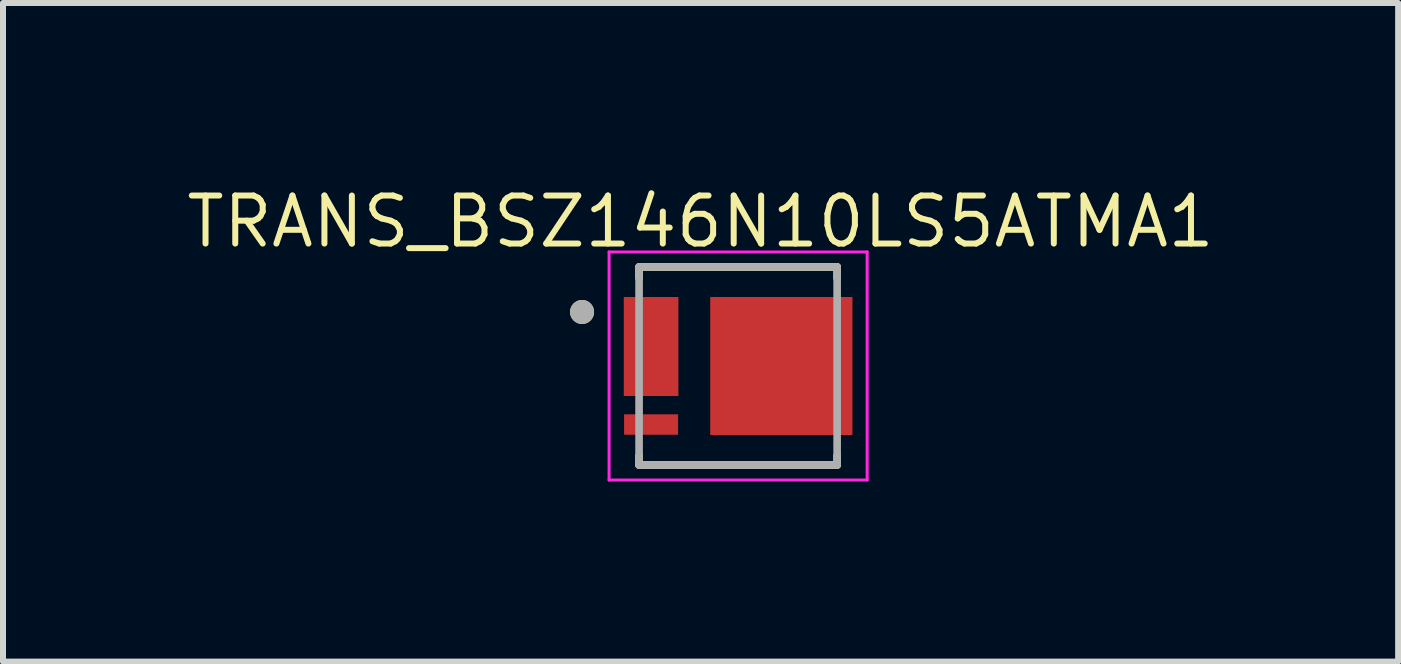
<source format=kicad_pcb>
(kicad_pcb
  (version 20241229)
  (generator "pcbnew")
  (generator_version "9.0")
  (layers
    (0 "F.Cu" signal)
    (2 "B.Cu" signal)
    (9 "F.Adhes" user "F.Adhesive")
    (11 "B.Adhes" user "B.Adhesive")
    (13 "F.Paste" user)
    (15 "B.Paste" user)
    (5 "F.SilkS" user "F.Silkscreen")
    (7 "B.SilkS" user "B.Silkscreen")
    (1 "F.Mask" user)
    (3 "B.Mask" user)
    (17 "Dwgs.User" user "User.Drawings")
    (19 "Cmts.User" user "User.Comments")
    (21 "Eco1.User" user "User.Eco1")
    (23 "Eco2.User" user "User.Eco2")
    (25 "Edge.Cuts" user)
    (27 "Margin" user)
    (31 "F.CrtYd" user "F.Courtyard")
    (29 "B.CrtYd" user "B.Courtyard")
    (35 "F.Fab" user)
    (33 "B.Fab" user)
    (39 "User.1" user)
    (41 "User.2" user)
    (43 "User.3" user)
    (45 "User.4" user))
  (footprint "TRANS_BSZ146N10LS5ATMA1"
    (layer "F.Cu")
    (at 9.248 3.048)
    (property "Reference" "TRANS_BSZ146N10LS5ATMA1" (at -0.626 -2.405 0) (layer "F.SilkS") (effects (font (size 0.8 0.8) (thickness 0.1))))
    (attr smd)
    (fp_poly (pts (xy -1.9 0.805) (xy -1 0.805) (xy -1 1.145) (xy -1.9 1.145)) (stroke (width 0.01) (type solid)) (fill yes) (layer "F.Mask"))
    (fp_poly (pts (xy -1.9 0.495) (xy -1.9 0.155) (xy -1.45 0.155) (xy -1.45 -0.155) (xy -1.9 -0.155) (xy -1.9 -0.495) (xy -1.45 -0.495) (xy -1.45 -0.805) (xy -1.9 -0.805) (xy -1.9 -1.145) (xy -1 -1.145) (xy -1 0.495)) (stroke (width 0.01) (type solid)) (fill yes) (layer "F.Mask"))
    (fp_poly (pts (xy -0.46 1.145) (xy -0.46 -1.145) (xy 1.9 -1.145) (xy 1.9 -0.805) (xy 1.25 -0.805) (xy 1.25 -0.495) (xy 1.9 -0.495) (xy 1.9 -0.155) (xy 1.25 -0.155) (xy 1.25 0.155) (xy 1.9 0.155) (xy 1.9 0.495) (xy 1.25 0.495) (xy 1.25 0.805) (xy 1.9 0.805) (xy 1.9 1.145)) (stroke (width 0.01) (type solid)) (fill yes) (layer "F.Mask"))
    (fp_line (start -1.65 -1.65) (end 1.65 -1.65) (stroke (width 0.127) (type solid)) (layer "F.SilkS"))
    (fp_line (start -1.65 -1.465) (end -1.65 -1.65) (stroke (width 0.127) (type solid)) (layer "F.SilkS"))
    (fp_line (start -1.65 1.65) (end -1.65 1.495) (stroke (width 0.127) (type solid)) (layer "F.SilkS"))
    (fp_line (start 1.65 -1.465) (end 1.65 -1.65) (stroke (width 0.127) (type solid)) (layer "F.SilkS"))
    (fp_line (start 1.65 1.65) (end -1.65 1.65) (stroke (width 0.127) (type solid)) (layer "F.SilkS"))
    (fp_line (start 1.65 1.65) (end 1.65 1.495) (stroke (width 0.127) (type solid)) (layer "F.SilkS"))
    (fp_circle (center -2.6 -0.9) (end -2.5 -0.9) (stroke (width 0.2) (type solid)) (fill no) (layer "F.SilkS"))
    (fp_poly (pts (xy -1.79 -1.095) (xy -1.61 -1.095) (xy -1.607 -1.095) (xy -1.604 -1.095) (xy -1.601 -1.094) (xy -1.598 -1.094) (xy -1.594 -1.093) (xy -1.591 -1.092) (xy -1.588 -1.091) (xy -1.586 -1.09) (xy -1.583 -1.088) (xy -1.58 -1.087) (xy -1.577 -1.085) (xy -1.575 -1.084) (xy -1.572 -1.082) (xy -1.57 -1.08) (xy -1.568 -1.077) (xy -1.565 -1.075) (xy -1.563 -1.073) (xy -1.561 -1.07) (xy -1.56 -1.068) (xy -1.558 -1.065) (xy -1.557 -1.062) (xy -1.555 -1.059) (xy -1.554 -1.057) (xy -1.553 -1.054) (xy -1.552 -1.051) (xy -1.551 -1.047) (xy -1.551 -1.044) (xy -1.55 -1.041) (xy -1.55 -1.038) (xy -1.55 -1.035) (xy -1.55 -0.915) (xy -1.55 -0.912) (xy -1.55 -0.909) (xy -1.551 -0.906) (xy -1.551 -0.903) (xy -1.552 -0.899) (xy -1.553 -0.896) (xy -1.554 -0.893) (xy -1.555 -0.891) (xy -1.557 -0.888) (xy -1.558 -0.885) (xy -1.56 -0.882) (xy -1.561 -0.88) (xy -1.563 -0.877) (xy -1.565 -0.875) (xy -1.568 -0.873) (xy -1.57 -0.87) (xy -1.572 -0.868) (xy -1.575 -0.866) (xy -1.577 -0.865) (xy -1.58 -0.863) (xy -1.583 -0.862) (xy -1.586 -0.86) (xy -1.588 -0.859) (xy -1.591 -0.858) (xy -1.594 -0.857) (xy -1.598 -0.856) (xy -1.601 -0.856) (xy -1.604 -0.855) (xy -1.607 -0.855) (xy -1.61 -0.855) (xy -1.79 -0.855) (xy -1.793 -0.855) (xy -1.796 -0.855) (xy -1.799 -0.856) (xy -1.802 -0.856) (xy -1.806 -0.857) (xy -1.809 -0.858) (xy -1.812 -0.859) (xy -1.814 -0.86) (xy -1.817 -0.862) (xy -1.82 -0.863) (xy -1.823 -0.865) (xy -1.825 -0.866) (xy -1.828 -0.868) (xy -1.83 -0.87) (xy -1.832 -0.873) (xy -1.835 -0.875) (xy -1.837 -0.877) (xy -1.839 -0.88) (xy -1.84 -0.882) (xy -1.842 -0.885) (xy -1.843 -0.888) (xy -1.845 -0.891) (xy -1.846 -0.893) (xy -1.847 -0.896) (xy -1.848 -0.899) (xy -1.849 -0.903) (xy -1.849 -0.906) (xy -1.85 -0.909) (xy -1.85 -0.912) (xy -1.85 -0.915) (xy -1.85 -1.035) (xy -1.85 -1.038) (xy -1.85 -1.041) (xy -1.849 -1.044) (xy -1.849 -1.047) (xy -1.848 -1.051) (xy -1.847 -1.054) (xy -1.846 -1.057) (xy -1.845 -1.059) (xy -1.843 -1.062) (xy -1.842 -1.065) (xy -1.84 -1.068) (xy -1.839 -1.07) (xy -1.837 -1.073) (xy -1.835 -1.075) (xy -1.832 -1.077) (xy -1.83 -1.08) (xy -1.828 -1.082) (xy -1.825 -1.084) (xy -1.823 -1.085) (xy -1.82 -1.087) (xy -1.817 -1.088) (xy -1.814 -1.09) (xy -1.812 -1.091) (xy -1.809 -1.092) (xy -1.806 -1.093) (xy -1.802 -1.094) (xy -1.799 -1.094) (xy -1.796 -1.095) (xy -1.793 -1.095) (xy -1.79 -1.095)) (stroke (width 0.01) (type solid)) (fill yes) (layer "F.Paste"))
    (fp_poly (pts (xy -1.79 -0.445) (xy -1.61 -0.445) (xy -1.607 -0.445) (xy -1.604 -0.445) (xy -1.601 -0.444) (xy -1.598 -0.444) (xy -1.594 -0.443) (xy -1.591 -0.442) (xy -1.588 -0.441) (xy -1.586 -0.44) (xy -1.583 -0.438) (xy -1.58 -0.437) (xy -1.577 -0.435) (xy -1.575 -0.434) (xy -1.572 -0.432) (xy -1.57 -0.43) (xy -1.568 -0.427) (xy -1.565 -0.425) (xy -1.563 -0.423) (xy -1.561 -0.42) (xy -1.56 -0.418) (xy -1.558 -0.415) (xy -1.557 -0.412) (xy -1.555 -0.409) (xy -1.554 -0.407) (xy -1.553 -0.404) (xy -1.552 -0.401) (xy -1.551 -0.397) (xy -1.551 -0.394) (xy -1.55 -0.391) (xy -1.55 -0.388) (xy -1.55 -0.385) (xy -1.55 -0.265) (xy -1.55 -0.262) (xy -1.55 -0.259) (xy -1.551 -0.256) (xy -1.551 -0.253) (xy -1.552 -0.249) (xy -1.553 -0.246) (xy -1.554 -0.243) (xy -1.555 -0.241) (xy -1.557 -0.238) (xy -1.558 -0.235) (xy -1.56 -0.232) (xy -1.561 -0.23) (xy -1.563 -0.227) (xy -1.565 -0.225) (xy -1.568 -0.223) (xy -1.57 -0.22) (xy -1.572 -0.218) (xy -1.575 -0.216) (xy -1.577 -0.215) (xy -1.58 -0.213) (xy -1.583 -0.212) (xy -1.586 -0.21) (xy -1.588 -0.209) (xy -1.591 -0.208) (xy -1.594 -0.207) (xy -1.598 -0.206) (xy -1.601 -0.206) (xy -1.604 -0.205) (xy -1.607 -0.205) (xy -1.61 -0.205) (xy -1.79 -0.205) (xy -1.793 -0.205) (xy -1.796 -0.205) (xy -1.799 -0.206) (xy -1.802 -0.206) (xy -1.806 -0.207) (xy -1.809 -0.208) (xy -1.812 -0.209) (xy -1.814 -0.21) (xy -1.817 -0.212) (xy -1.82 -0.213) (xy -1.823 -0.215) (xy -1.825 -0.216) (xy -1.828 -0.218) (xy -1.83 -0.22) (xy -1.832 -0.223) (xy -1.835 -0.225) (xy -1.837 -0.227) (xy -1.839 -0.23) (xy -1.84 -0.232) (xy -1.842 -0.235) (xy -1.843 -0.238) (xy -1.845 -0.241) (xy -1.846 -0.243) (xy -1.847 -0.246) (xy -1.848 -0.249) (xy -1.849 -0.253) (xy -1.849 -0.256) (xy -1.85 -0.259) (xy -1.85 -0.262) (xy -1.85 -0.265) (xy -1.85 -0.385) (xy -1.85 -0.388) (xy -1.85 -0.391) (xy -1.849 -0.394) (xy -1.849 -0.397) (xy -1.848 -0.401) (xy -1.847 -0.404) (xy -1.846 -0.407) (xy -1.845 -0.409) (xy -1.843 -0.412) (xy -1.842 -0.415) (xy -1.84 -0.418) (xy -1.839 -0.42) (xy -1.837 -0.423) (xy -1.835 -0.425) (xy -1.832 -0.427) (xy -1.83 -0.43) (xy -1.828 -0.432) (xy -1.825 -0.434) (xy -1.823 -0.435) (xy -1.82 -0.437) (xy -1.817 -0.438) (xy -1.814 -0.44) (xy -1.812 -0.441) (xy -1.809 -0.442) (xy -1.806 -0.443) (xy -1.802 -0.444) (xy -1.799 -0.444) (xy -1.796 -0.445) (xy -1.793 -0.445) (xy -1.79 -0.445)) (stroke (width 0.01) (type solid)) (fill yes) (layer "F.Paste"))
    (fp_poly (pts (xy -1.79 0.205) (xy -1.61 0.205) (xy -1.607 0.205) (xy -1.604 0.205) (xy -1.601 0.206) (xy -1.598 0.206) (xy -1.594 0.207) (xy -1.591 0.208) (xy -1.588 0.209) (xy -1.586 0.21) (xy -1.583 0.212) (xy -1.58 0.213) (xy -1.577 0.215) (xy -1.575 0.216) (xy -1.572 0.218) (xy -1.57 0.22) (xy -1.568 0.223) (xy -1.565 0.225) (xy -1.563 0.227) (xy -1.561 0.23) (xy -1.56 0.232) (xy -1.558 0.235) (xy -1.557 0.238) (xy -1.555 0.241) (xy -1.554 0.243) (xy -1.553 0.246) (xy -1.552 0.249) (xy -1.551 0.253) (xy -1.551 0.256) (xy -1.55 0.259) (xy -1.55 0.262) (xy -1.55 0.265) (xy -1.55 0.385) (xy -1.55 0.388) (xy -1.55 0.391) (xy -1.551 0.394) (xy -1.551 0.397) (xy -1.552 0.401) (xy -1.553 0.404) (xy -1.554 0.407) (xy -1.555 0.409) (xy -1.557 0.412) (xy -1.558 0.415) (xy -1.56 0.418) (xy -1.561 0.42) (xy -1.563 0.423) (xy -1.565 0.425) (xy -1.568 0.427) (xy -1.57 0.43) (xy -1.572 0.432) (xy -1.575 0.434) (xy -1.577 0.435) (xy -1.58 0.437) (xy -1.583 0.438) (xy -1.586 0.44) (xy -1.588 0.441) (xy -1.591 0.442) (xy -1.594 0.443) (xy -1.598 0.444) (xy -1.601 0.444) (xy -1.604 0.445) (xy -1.607 0.445) (xy -1.61 0.445) (xy -1.79 0.445) (xy -1.793 0.445) (xy -1.796 0.445) (xy -1.799 0.444) (xy -1.802 0.444) (xy -1.806 0.443) (xy -1.809 0.442) (xy -1.812 0.441) (xy -1.814 0.44) (xy -1.817 0.438) (xy -1.82 0.437) (xy -1.823 0.435) (xy -1.825 0.434) (xy -1.828 0.432) (xy -1.83 0.43) (xy -1.832 0.427) (xy -1.835 0.425) (xy -1.837 0.423) (xy -1.839 0.42) (xy -1.84 0.418) (xy -1.842 0.415) (xy -1.843 0.412) (xy -1.845 0.409) (xy -1.846 0.407) (xy -1.847 0.404) (xy -1.848 0.401) (xy -1.849 0.397) (xy -1.849 0.394) (xy -1.85 0.391) (xy -1.85 0.388) (xy -1.85 0.385) (xy -1.85 0.265) (xy -1.85 0.262) (xy -1.85 0.259) (xy -1.849 0.256) (xy -1.849 0.253) (xy -1.848 0.249) (xy -1.847 0.246) (xy -1.846 0.243) (xy -1.845 0.241) (xy -1.843 0.238) (xy -1.842 0.235) (xy -1.84 0.232) (xy -1.839 0.23) (xy -1.837 0.227) (xy -1.835 0.225) (xy -1.832 0.223) (xy -1.83 0.22) (xy -1.828 0.218) (xy -1.825 0.216) (xy -1.823 0.215) (xy -1.82 0.213) (xy -1.817 0.212) (xy -1.814 0.21) (xy -1.812 0.209) (xy -1.809 0.208) (xy -1.806 0.207) (xy -1.802 0.206) (xy -1.799 0.206) (xy -1.796 0.205) (xy -1.793 0.205) (xy -1.79 0.205)) (stroke (width 0.01) (type solid)) (fill yes) (layer "F.Paste"))
    (fp_poly (pts (xy -1.79 0.855) (xy -1.21 0.855) (xy -1.207 0.855) (xy -1.204 0.855) (xy -1.201 0.856) (xy -1.198 0.856) (xy -1.194 0.857) (xy -1.191 0.858) (xy -1.188 0.859) (xy -1.186 0.86) (xy -1.183 0.862) (xy -1.18 0.863) (xy -1.177 0.865) (xy -1.175 0.866) (xy -1.172 0.868) (xy -1.17 0.87) (xy -1.168 0.873) (xy -1.165 0.875) (xy -1.163 0.877) (xy -1.161 0.88) (xy -1.16 0.882) (xy -1.158 0.885) (xy -1.157 0.888) (xy -1.155 0.891) (xy -1.154 0.893) (xy -1.153 0.896) (xy -1.152 0.899) (xy -1.151 0.903) (xy -1.151 0.906) (xy -1.15 0.909) (xy -1.15 0.912) (xy -1.15 0.915) (xy -1.15 1.035) (xy -1.15 1.038) (xy -1.15 1.041) (xy -1.151 1.044) (xy -1.151 1.047) (xy -1.152 1.051) (xy -1.153 1.054) (xy -1.154 1.057) (xy -1.155 1.059) (xy -1.157 1.062) (xy -1.158 1.065) (xy -1.16 1.068) (xy -1.161 1.07) (xy -1.163 1.073) (xy -1.165 1.075) (xy -1.168 1.077) (xy -1.17 1.08) (xy -1.172 1.082) (xy -1.175 1.084) (xy -1.177 1.085) (xy -1.18 1.087) (xy -1.183 1.088) (xy -1.186 1.09) (xy -1.188 1.091) (xy -1.191 1.092) (xy -1.194 1.093) (xy -1.198 1.094) (xy -1.201 1.094) (xy -1.204 1.095) (xy -1.207 1.095) (xy -1.21 1.095) (xy -1.79 1.095) (xy -1.793 1.095) (xy -1.796 1.095) (xy -1.799 1.094) (xy -1.802 1.094) (xy -1.806 1.093) (xy -1.809 1.092) (xy -1.812 1.091) (xy -1.814 1.09) (xy -1.817 1.088) (xy -1.82 1.087) (xy -1.823 1.085) (xy -1.825 1.084) (xy -1.828 1.082) (xy -1.83 1.08) (xy -1.832 1.077) (xy -1.835 1.075) (xy -1.837 1.073) (xy -1.839 1.07) (xy -1.84 1.068) (xy -1.842 1.065) (xy -1.843 1.062) (xy -1.845 1.059) (xy -1.846 1.057) (xy -1.847 1.054) (xy -1.848 1.051) (xy -1.849 1.047) (xy -1.849 1.044) (xy -1.85 1.041) (xy -1.85 1.038) (xy -1.85 1.035) (xy -1.85 0.915) (xy -1.85 0.912) (xy -1.85 0.909) (xy -1.849 0.906) (xy -1.849 0.903) (xy -1.848 0.899) (xy -1.847 0.896) (xy -1.846 0.893) (xy -1.845 0.891) (xy -1.843 0.888) (xy -1.842 0.885) (xy -1.84 0.882) (xy -1.839 0.88) (xy -1.837 0.877) (xy -1.835 0.875) (xy -1.832 0.873) (xy -1.83 0.87) (xy -1.828 0.868) (xy -1.825 0.866) (xy -1.823 0.865) (xy -1.82 0.863) (xy -1.817 0.862) (xy -1.814 0.86) (xy -1.812 0.859) (xy -1.809 0.858) (xy -1.806 0.857) (xy -1.802 0.856) (xy -1.799 0.856) (xy -1.796 0.855) (xy -1.793 0.855) (xy -1.79 0.855)) (stroke (width 0.01) (type solid)) (fill yes) (layer "F.Paste"))
    (fp_poly (pts (xy -1.335 -1.095) (xy -1.105 -1.095) (xy -1.102 -1.095) (xy -1.099 -1.094) (xy -1.097 -1.094) (xy -1.094 -1.093) (xy -1.091 -1.093) (xy -1.088 -1.092) (xy -1.085 -1.09) (xy -1.082 -1.089) (xy -1.08 -1.088) (xy -1.077 -1.086) (xy -1.074 -1.085) (xy -1.072 -1.083) (xy -1.07 -1.081) (xy -1.068 -1.079) (xy -1.065 -1.077) (xy -1.063 -1.074) (xy -1.062 -1.072) (xy -1.06 -1.07) (xy -1.058 -1.067) (xy -1.057 -1.065) (xy -1.055 -1.062) (xy -1.054 -1.059) (xy -1.053 -1.056) (xy -1.052 -1.053) (xy -1.051 -1.05) (xy -1.051 -1.047) (xy -1.05 -1.045) (xy -1.05 -1.042) (xy -1.05 -1.039) (xy -1.05 -1.035) (xy -1.05 -0.485) (xy -1.05 -0.481) (xy -1.05 -0.478) (xy -1.05 -0.475) (xy -1.051 -0.473) (xy -1.051 -0.47) (xy -1.052 -0.467) (xy -1.053 -0.464) (xy -1.054 -0.461) (xy -1.055 -0.458) (xy -1.057 -0.455) (xy -1.058 -0.453) (xy -1.06 -0.45) (xy -1.062 -0.448) (xy -1.063 -0.446) (xy -1.065 -0.443) (xy -1.068 -0.441) (xy -1.07 -0.439) (xy -1.072 -0.437) (xy -1.074 -0.435) (xy -1.077 -0.434) (xy -1.08 -0.432) (xy -1.082 -0.431) (xy -1.085 -0.43) (xy -1.088 -0.428) (xy -1.091 -0.427) (xy -1.094 -0.427) (xy -1.097 -0.426) (xy -1.099 -0.426) (xy -1.102 -0.425) (xy -1.105 -0.425) (xy -1.335 -0.425) (xy -1.339 -0.425) (xy -1.342 -0.425) (xy -1.345 -0.425) (xy -1.348 -0.426) (xy -1.352 -0.427) (xy -1.355 -0.427) (xy -1.358 -0.428) (xy -1.361 -0.43) (xy -1.364 -0.431) (xy -1.367 -0.432) (xy -1.37 -0.434) (xy -1.372 -0.436) (xy -1.375 -0.438) (xy -1.378 -0.44) (xy -1.38 -0.442) (xy -1.382 -0.444) (xy -1.385 -0.446) (xy -1.387 -0.449) (xy -1.389 -0.452) (xy -1.391 -0.454) (xy -1.392 -0.457) (xy -1.394 -0.46) (xy -1.395 -0.463) (xy -1.396 -0.466) (xy -1.397 -0.469) (xy -1.398 -0.472) (xy -1.399 -0.476) (xy -1.399 -0.479) (xy -1.4 -0.482) (xy -1.4 -0.485) (xy -1.4 -1.035) (xy -1.4 -1.038) (xy -1.399 -1.041) (xy -1.399 -1.044) (xy -1.398 -1.048) (xy -1.397 -1.051) (xy -1.396 -1.054) (xy -1.395 -1.057) (xy -1.394 -1.06) (xy -1.392 -1.063) (xy -1.391 -1.066) (xy -1.389 -1.068) (xy -1.387 -1.071) (xy -1.385 -1.074) (xy -1.382 -1.076) (xy -1.38 -1.078) (xy -1.378 -1.08) (xy -1.375 -1.082) (xy -1.372 -1.084) (xy -1.37 -1.086) (xy -1.367 -1.088) (xy -1.364 -1.089) (xy -1.361 -1.09) (xy -1.358 -1.092) (xy -1.355 -1.093) (xy -1.352 -1.093) (xy -1.348 -1.094) (xy -1.345 -1.095) (xy -1.342 -1.095) (xy -1.339 -1.095) (xy -1.335 -1.095)) (stroke (width 0.01) (type solid)) (fill yes) (layer "F.Paste"))
    (fp_poly (pts (xy -1.335 -0.225) (xy -1.105 -0.225) (xy -1.102 -0.225) (xy -1.099 -0.224) (xy -1.097 -0.224) (xy -1.094 -0.223) (xy -1.091 -0.223) (xy -1.088 -0.222) (xy -1.085 -0.22) (xy -1.082 -0.219) (xy -1.08 -0.218) (xy -1.077 -0.216) (xy -1.074 -0.215) (xy -1.072 -0.213) (xy -1.07 -0.211) (xy -1.068 -0.209) (xy -1.065 -0.207) (xy -1.063 -0.204) (xy -1.062 -0.202) (xy -1.06 -0.2) (xy -1.058 -0.197) (xy -1.057 -0.195) (xy -1.055 -0.192) (xy -1.054 -0.189) (xy -1.053 -0.186) (xy -1.052 -0.183) (xy -1.051 -0.18) (xy -1.051 -0.177) (xy -1.05 -0.175) (xy -1.05 -0.172) (xy -1.05 -0.169) (xy -1.05 -0.165) (xy -1.05 0.385) (xy -1.05 0.389) (xy -1.05 0.392) (xy -1.05 0.395) (xy -1.051 0.397) (xy -1.051 0.4) (xy -1.052 0.403) (xy -1.053 0.406) (xy -1.054 0.409) (xy -1.055 0.412) (xy -1.057 0.415) (xy -1.058 0.417) (xy -1.06 0.42) (xy -1.062 0.422) (xy -1.063 0.424) (xy -1.065 0.427) (xy -1.068 0.429) (xy -1.07 0.431) (xy -1.072 0.433) (xy -1.074 0.435) (xy -1.077 0.436) (xy -1.08 0.438) (xy -1.082 0.439) (xy -1.085 0.44) (xy -1.088 0.442) (xy -1.091 0.443) (xy -1.094 0.443) (xy -1.097 0.444) (xy -1.099 0.444) (xy -1.102 0.445) (xy -1.105 0.445) (xy -1.335 0.445) (xy -1.339 0.445) (xy -1.342 0.445) (xy -1.345 0.445) (xy -1.348 0.444) (xy -1.352 0.443) (xy -1.355 0.443) (xy -1.358 0.442) (xy -1.361 0.44) (xy -1.364 0.439) (xy -1.367 0.438) (xy -1.37 0.436) (xy -1.372 0.434) (xy -1.375 0.432) (xy -1.378 0.43) (xy -1.38 0.428) (xy -1.382 0.426) (xy -1.385 0.424) (xy -1.387 0.421) (xy -1.389 0.418) (xy -1.391 0.416) (xy -1.392 0.413) (xy -1.394 0.41) (xy -1.395 0.407) (xy -1.396 0.404) (xy -1.397 0.401) (xy -1.398 0.398) (xy -1.399 0.394) (xy -1.399 0.391) (xy -1.4 0.388) (xy -1.4 0.385) (xy -1.4 -0.165) (xy -1.4 -0.168) (xy -1.399 -0.171) (xy -1.399 -0.174) (xy -1.398 -0.178) (xy -1.397 -0.181) (xy -1.396 -0.184) (xy -1.395 -0.187) (xy -1.394 -0.19) (xy -1.392 -0.193) (xy -1.391 -0.196) (xy -1.389 -0.198) (xy -1.387 -0.201) (xy -1.385 -0.204) (xy -1.382 -0.206) (xy -1.38 -0.208) (xy -1.378 -0.21) (xy -1.375 -0.212) (xy -1.372 -0.214) (xy -1.37 -0.216) (xy -1.367 -0.218) (xy -1.364 -0.219) (xy -1.361 -0.22) (xy -1.358 -0.222) (xy -1.355 -0.223) (xy -1.352 -0.223) (xy -1.348 -0.224) (xy -1.345 -0.225) (xy -1.342 -0.225) (xy -1.339 -0.225) (xy -1.335 -0.225)) (stroke (width 0.01) (type solid)) (fill yes) (layer "F.Paste"))
    (fp_poly (pts (xy -0.29 -1.095) (xy 0.99 -1.095) (xy 0.993 -1.095) (xy 0.996 -1.095) (xy 0.999 -1.094) (xy 1.002 -1.094) (xy 1.006 -1.093) (xy 1.009 -1.092) (xy 1.012 -1.091) (xy 1.014 -1.09) (xy 1.017 -1.088) (xy 1.02 -1.087) (xy 1.023 -1.085) (xy 1.025 -1.084) (xy 1.028 -1.082) (xy 1.03 -1.08) (xy 1.032 -1.077) (xy 1.035 -1.075) (xy 1.037 -1.073) (xy 1.039 -1.07) (xy 1.04 -1.068) (xy 1.042 -1.065) (xy 1.043 -1.062) (xy 1.045 -1.059) (xy 1.046 -1.057) (xy 1.047 -1.054) (xy 1.048 -1.051) (xy 1.049 -1.047) (xy 1.049 -1.044) (xy 1.05 -1.041) (xy 1.05 -1.038) (xy 1.05 -1.035) (xy 1.05 -0.915) (xy 1.05 -0.912) (xy 1.05 -0.909) (xy 1.049 -0.906) (xy 1.049 -0.903) (xy 1.048 -0.899) (xy 1.047 -0.896) (xy 1.046 -0.893) (xy 1.045 -0.891) (xy 1.043 -0.888) (xy 1.042 -0.885) (xy 1.04 -0.882) (xy 1.039 -0.88) (xy 1.037 -0.877) (xy 1.035 -0.875) (xy 1.032 -0.873) (xy 1.03 -0.87) (xy 1.028 -0.868) (xy 1.025 -0.866) (xy 1.023 -0.865) (xy 1.02 -0.863) (xy 1.017 -0.862) (xy 1.014 -0.86) (xy 1.012 -0.859) (xy 1.009 -0.858) (xy 1.006 -0.857) (xy 1.002 -0.856) (xy 0.999 -0.856) (xy 0.996 -0.855) (xy 0.993 -0.855) (xy 0.99 -0.855) (xy -0.29 -0.855) (xy -0.293 -0.855) (xy -0.296 -0.855) (xy -0.299 -0.856) (xy -0.302 -0.856) (xy -0.306 -0.857) (xy -0.309 -0.858) (xy -0.312 -0.859) (xy -0.314 -0.86) (xy -0.317 -0.862) (xy -0.32 -0.863) (xy -0.323 -0.865) (xy -0.325 -0.866) (xy -0.328 -0.868) (xy -0.33 -0.87) (xy -0.332 -0.873) (xy -0.335 -0.875) (xy -0.337 -0.877) (xy -0.339 -0.88) (xy -0.34 -0.882) (xy -0.342 -0.885) (xy -0.343 -0.888) (xy -0.345 -0.891) (xy -0.346 -0.893) (xy -0.347 -0.896) (xy -0.348 -0.899) (xy -0.349 -0.903) (xy -0.349 -0.906) (xy -0.35 -0.909) (xy -0.35 -0.912) (xy -0.35 -0.915) (xy -0.35 -1.035) (xy -0.35 -1.038) (xy -0.35 -1.041) (xy -0.349 -1.044) (xy -0.349 -1.047) (xy -0.348 -1.051) (xy -0.347 -1.054) (xy -0.346 -1.057) (xy -0.345 -1.059) (xy -0.343 -1.062) (xy -0.342 -1.065) (xy -0.34 -1.068) (xy -0.339 -1.07) (xy -0.337 -1.073) (xy -0.335 -1.075) (xy -0.332 -1.077) (xy -0.33 -1.08) (xy -0.328 -1.082) (xy -0.325 -1.084) (xy -0.323 -1.085) (xy -0.32 -1.087) (xy -0.317 -1.088) (xy -0.314 -1.09) (xy -0.312 -1.091) (xy -0.309 -1.092) (xy -0.306 -1.093) (xy -0.302 -1.094) (xy -0.299 -1.094) (xy -0.296 -1.095) (xy -0.293 -1.095) (xy -0.29 -1.095)) (stroke (width 0.01) (type solid)) (fill yes) (layer "F.Paste"))
    (fp_poly (pts (xy -0.29 -0.545) (xy 0.99 -0.545) (xy 0.993 -0.545) (xy 0.996 -0.545) (xy 0.999 -0.544) (xy 1.002 -0.544) (xy 1.006 -0.543) (xy 1.009 -0.542) (xy 1.012 -0.541) (xy 1.014 -0.54) (xy 1.017 -0.538) (xy 1.02 -0.537) (xy 1.023 -0.535) (xy 1.025 -0.534) (xy 1.028 -0.532) (xy 1.03 -0.53) (xy 1.032 -0.527) (xy 1.035 -0.525) (xy 1.037 -0.523) (xy 1.039 -0.52) (xy 1.04 -0.518) (xy 1.042 -0.515) (xy 1.043 -0.512) (xy 1.045 -0.509) (xy 1.046 -0.507) (xy 1.047 -0.504) (xy 1.048 -0.501) (xy 1.049 -0.497) (xy 1.049 -0.494) (xy 1.05 -0.491) (xy 1.05 -0.488) (xy 1.05 -0.485) (xy 1.05 0.485) (xy 1.05 0.488) (xy 1.05 0.491) (xy 1.049 0.494) (xy 1.049 0.497) (xy 1.048 0.501) (xy 1.047 0.504) (xy 1.046 0.507) (xy 1.045 0.509) (xy 1.043 0.512) (xy 1.042 0.515) (xy 1.04 0.518) (xy 1.039 0.52) (xy 1.037 0.523) (xy 1.035 0.525) (xy 1.032 0.527) (xy 1.03 0.53) (xy 1.028 0.532) (xy 1.025 0.534) (xy 1.023 0.535) (xy 1.02 0.537) (xy 1.017 0.538) (xy 1.014 0.54) (xy 1.012 0.541) (xy 1.009 0.542) (xy 1.006 0.543) (xy 1.002 0.544) (xy 0.999 0.544) (xy 0.996 0.545) (xy 0.993 0.545) (xy 0.99 0.545) (xy -0.29 0.545) (xy -0.293 0.545) (xy -0.296 0.545) (xy -0.299 0.544) (xy -0.302 0.544) (xy -0.306 0.543) (xy -0.309 0.542) (xy -0.312 0.541) (xy -0.314 0.54) (xy -0.317 0.538) (xy -0.32 0.537) (xy -0.323 0.535) (xy -0.325 0.534) (xy -0.328 0.532) (xy -0.33 0.53) (xy -0.332 0.527) (xy -0.335 0.525) (xy -0.337 0.523) (xy -0.339 0.52) (xy -0.34 0.518) (xy -0.342 0.515) (xy -0.343 0.512) (xy -0.345 0.509) (xy -0.346 0.507) (xy -0.347 0.504) (xy -0.348 0.501) (xy -0.349 0.497) (xy -0.349 0.494) (xy -0.35 0.491) (xy -0.35 0.488) (xy -0.35 0.485) (xy -0.35 -0.485) (xy -0.35 -0.488) (xy -0.35 -0.491) (xy -0.349 -0.494) (xy -0.349 -0.497) (xy -0.348 -0.501) (xy -0.347 -0.504) (xy -0.346 -0.507) (xy -0.345 -0.509) (xy -0.343 -0.512) (xy -0.342 -0.515) (xy -0.34 -0.518) (xy -0.339 -0.52) (xy -0.337 -0.523) (xy -0.335 -0.525) (xy -0.332 -0.527) (xy -0.33 -0.53) (xy -0.328 -0.532) (xy -0.325 -0.534) (xy -0.323 -0.535) (xy -0.32 -0.537) (xy -0.317 -0.538) (xy -0.314 -0.54) (xy -0.312 -0.541) (xy -0.309 -0.542) (xy -0.306 -0.543) (xy -0.302 -0.544) (xy -0.299 -0.544) (xy -0.296 -0.545) (xy -0.293 -0.545) (xy -0.29 -0.545)) (stroke (width 0.01) (type solid)) (fill yes) (layer "F.Paste"))
    (fp_poly (pts (xy -0.29 0.855) (xy 0.99 0.855) (xy 0.993 0.855) (xy 0.996 0.855) (xy 0.999 0.856) (xy 1.002 0.856) (xy 1.006 0.857) (xy 1.009 0.858) (xy 1.012 0.859) (xy 1.014 0.86) (xy 1.017 0.862) (xy 1.02 0.863) (xy 1.023 0.865) (xy 1.025 0.866) (xy 1.028 0.868) (xy 1.03 0.87) (xy 1.032 0.873) (xy 1.035 0.875) (xy 1.037 0.877) (xy 1.039 0.88) (xy 1.04 0.882) (xy 1.042 0.885) (xy 1.043 0.888) (xy 1.045 0.891) (xy 1.046 0.893) (xy 1.047 0.896) (xy 1.048 0.899) (xy 1.049 0.903) (xy 1.049 0.906) (xy 1.05 0.909) (xy 1.05 0.912) (xy 1.05 0.915) (xy 1.05 1.035) (xy 1.05 1.038) (xy 1.05 1.041) (xy 1.049 1.044) (xy 1.049 1.047) (xy 1.048 1.051) (xy 1.047 1.054) (xy 1.046 1.057) (xy 1.045 1.059) (xy 1.043 1.062) (xy 1.042 1.065) (xy 1.04 1.068) (xy 1.039 1.07) (xy 1.037 1.073) (xy 1.035 1.075) (xy 1.032 1.077) (xy 1.03 1.08) (xy 1.028 1.082) (xy 1.025 1.084) (xy 1.023 1.085) (xy 1.02 1.087) (xy 1.017 1.088) (xy 1.014 1.09) (xy 1.012 1.091) (xy 1.009 1.092) (xy 1.006 1.093) (xy 1.002 1.094) (xy 0.999 1.094) (xy 0.996 1.095) (xy 0.993 1.095) (xy 0.99 1.095) (xy -0.29 1.095) (xy -0.293 1.095) (xy -0.296 1.095) (xy -0.299 1.094) (xy -0.302 1.094) (xy -0.306 1.093) (xy -0.309 1.092) (xy -0.312 1.091) (xy -0.314 1.09) (xy -0.317 1.088) (xy -0.32 1.087) (xy -0.323 1.085) (xy -0.325 1.084) (xy -0.328 1.082) (xy -0.33 1.08) (xy -0.332 1.077) (xy -0.335 1.075) (xy -0.337 1.073) (xy -0.339 1.07) (xy -0.34 1.068) (xy -0.342 1.065) (xy -0.343 1.062) (xy -0.345 1.059) (xy -0.346 1.057) (xy -0.347 1.054) (xy -0.348 1.051) (xy -0.349 1.047) (xy -0.349 1.044) (xy -0.35 1.041) (xy -0.35 1.038) (xy -0.35 1.035) (xy -0.35 0.915) (xy -0.35 0.912) (xy -0.35 0.909) (xy -0.349 0.906) (xy -0.349 0.903) (xy -0.348 0.899) (xy -0.347 0.896) (xy -0.346 0.893) (xy -0.345 0.891) (xy -0.343 0.888) (xy -0.342 0.885) (xy -0.34 0.882) (xy -0.339 0.88) (xy -0.337 0.877) (xy -0.335 0.875) (xy -0.332 0.873) (xy -0.33 0.87) (xy -0.328 0.868) (xy -0.325 0.866) (xy -0.323 0.865) (xy -0.32 0.863) (xy -0.317 0.862) (xy -0.314 0.86) (xy -0.312 0.859) (xy -0.309 0.858) (xy -0.306 0.857) (xy -0.302 0.856) (xy -0.299 0.856) (xy -0.296 0.855) (xy -0.293 0.855) (xy -0.29 0.855)) (stroke (width 0.01) (type solid)) (fill yes) (layer "F.Paste"))
    (fp_poly (pts (xy 1.305 -1.095) (xy 1.785 -1.095) (xy 1.788 -1.095) (xy 1.791 -1.095) (xy 1.794 -1.094) (xy 1.797 -1.094) (xy 1.801 -1.093) (xy 1.804 -1.092) (xy 1.807 -1.091) (xy 1.809 -1.09) (xy 1.812 -1.088) (xy 1.815 -1.087) (xy 1.818 -1.085) (xy 1.82 -1.084) (xy 1.823 -1.082) (xy 1.825 -1.08) (xy 1.827 -1.077) (xy 1.83 -1.075) (xy 1.832 -1.073) (xy 1.834 -1.07) (xy 1.835 -1.068) (xy 1.837 -1.065) (xy 1.838 -1.062) (xy 1.84 -1.059) (xy 1.841 -1.057) (xy 1.842 -1.054) (xy 1.843 -1.051) (xy 1.844 -1.047) (xy 1.844 -1.044) (xy 1.845 -1.041) (xy 1.845 -1.038) (xy 1.845 -1.035) (xy 1.845 -0.915) (xy 1.845 -0.912) (xy 1.845 -0.909) (xy 1.844 -0.906) (xy 1.844 -0.903) (xy 1.843 -0.899) (xy 1.842 -0.896) (xy 1.841 -0.893) (xy 1.84 -0.891) (xy 1.838 -0.888) (xy 1.837 -0.885) (xy 1.835 -0.882) (xy 1.834 -0.88) (xy 1.832 -0.877) (xy 1.83 -0.875) (xy 1.827 -0.873) (xy 1.825 -0.87) (xy 1.823 -0.868) (xy 1.82 -0.866) (xy 1.818 -0.865) (xy 1.815 -0.863) (xy 1.812 -0.862) (xy 1.809 -0.86) (xy 1.807 -0.859) (xy 1.804 -0.858) (xy 1.801 -0.857) (xy 1.797 -0.856) (xy 1.794 -0.856) (xy 1.791 -0.855) (xy 1.788 -0.855) (xy 1.785 -0.855) (xy 1.305 -0.855) (xy 1.302 -0.855) (xy 1.299 -0.855) (xy 1.296 -0.856) (xy 1.293 -0.856) (xy 1.289 -0.857) (xy 1.286 -0.858) (xy 1.283 -0.859) (xy 1.281 -0.86) (xy 1.278 -0.862) (xy 1.275 -0.863) (xy 1.272 -0.865) (xy 1.27 -0.866) (xy 1.267 -0.868) (xy 1.265 -0.87) (xy 1.263 -0.873) (xy 1.26 -0.875) (xy 1.258 -0.877) (xy 1.256 -0.88) (xy 1.255 -0.882) (xy 1.253 -0.885) (xy 1.252 -0.888) (xy 1.25 -0.891) (xy 1.249 -0.893) (xy 1.248 -0.896) (xy 1.247 -0.899) (xy 1.246 -0.903) (xy 1.246 -0.906) (xy 1.245 -0.909) (xy 1.245 -0.912) (xy 1.245 -0.915) (xy 1.245 -1.035) (xy 1.245 -1.038) (xy 1.245 -1.041) (xy 1.246 -1.044) (xy 1.246 -1.047) (xy 1.247 -1.051) (xy 1.248 -1.054) (xy 1.249 -1.057) (xy 1.25 -1.059) (xy 1.252 -1.062) (xy 1.253 -1.065) (xy 1.255 -1.068) (xy 1.256 -1.07) (xy 1.258 -1.073) (xy 1.26 -1.075) (xy 1.263 -1.077) (xy 1.265 -1.08) (xy 1.267 -1.082) (xy 1.27 -1.084) (xy 1.272 -1.085) (xy 1.275 -1.087) (xy 1.278 -1.088) (xy 1.281 -1.09) (xy 1.283 -1.091) (xy 1.286 -1.092) (xy 1.289 -1.093) (xy 1.293 -1.094) (xy 1.296 -1.094) (xy 1.299 -1.095) (xy 1.302 -1.095) (xy 1.305 -1.095)) (stroke (width 0.01) (type solid)) (fill yes) (layer "F.Paste"))
    (fp_poly (pts (xy 1.305 -0.445) (xy 1.785 -0.445) (xy 1.788 -0.445) (xy 1.791 -0.445) (xy 1.794 -0.444) (xy 1.797 -0.444) (xy 1.801 -0.443) (xy 1.804 -0.442) (xy 1.807 -0.441) (xy 1.809 -0.44) (xy 1.812 -0.438) (xy 1.815 -0.437) (xy 1.818 -0.435) (xy 1.82 -0.434) (xy 1.823 -0.432) (xy 1.825 -0.43) (xy 1.827 -0.427) (xy 1.83 -0.425) (xy 1.832 -0.423) (xy 1.834 -0.42) (xy 1.835 -0.418) (xy 1.837 -0.415) (xy 1.838 -0.412) (xy 1.84 -0.409) (xy 1.841 -0.407) (xy 1.842 -0.404) (xy 1.843 -0.401) (xy 1.844 -0.397) (xy 1.844 -0.394) (xy 1.845 -0.391) (xy 1.845 -0.388) (xy 1.845 -0.385) (xy 1.845 -0.265) (xy 1.845 -0.262) (xy 1.845 -0.259) (xy 1.844 -0.256) (xy 1.844 -0.253) (xy 1.843 -0.249) (xy 1.842 -0.246) (xy 1.841 -0.243) (xy 1.84 -0.241) (xy 1.838 -0.238) (xy 1.837 -0.235) (xy 1.835 -0.232) (xy 1.834 -0.23) (xy 1.832 -0.227) (xy 1.83 -0.225) (xy 1.827 -0.223) (xy 1.825 -0.22) (xy 1.823 -0.218) (xy 1.82 -0.216) (xy 1.818 -0.215) (xy 1.815 -0.213) (xy 1.812 -0.212) (xy 1.809 -0.21) (xy 1.807 -0.209) (xy 1.804 -0.208) (xy 1.801 -0.207) (xy 1.797 -0.206) (xy 1.794 -0.206) (xy 1.791 -0.205) (xy 1.788 -0.205) (xy 1.785 -0.205) (xy 1.305 -0.205) (xy 1.302 -0.205) (xy 1.299 -0.205) (xy 1.296 -0.206) (xy 1.293 -0.206) (xy 1.289 -0.207) (xy 1.286 -0.208) (xy 1.283 -0.209) (xy 1.281 -0.21) (xy 1.278 -0.212) (xy 1.275 -0.213) (xy 1.272 -0.215) (xy 1.27 -0.216) (xy 1.267 -0.218) (xy 1.265 -0.22) (xy 1.263 -0.223) (xy 1.26 -0.225) (xy 1.258 -0.227) (xy 1.256 -0.23) (xy 1.255 -0.232) (xy 1.253 -0.235) (xy 1.252 -0.238) (xy 1.25 -0.241) (xy 1.249 -0.243) (xy 1.248 -0.246) (xy 1.247 -0.249) (xy 1.246 -0.253) (xy 1.246 -0.256) (xy 1.245 -0.259) (xy 1.245 -0.262) (xy 1.245 -0.265) (xy 1.245 -0.385) (xy 1.245 -0.388) (xy 1.245 -0.391) (xy 1.246 -0.394) (xy 1.246 -0.397) (xy 1.247 -0.401) (xy 1.248 -0.404) (xy 1.249 -0.407) (xy 1.25 -0.409) (xy 1.252 -0.412) (xy 1.253 -0.415) (xy 1.255 -0.418) (xy 1.256 -0.42) (xy 1.258 -0.423) (xy 1.26 -0.425) (xy 1.263 -0.427) (xy 1.265 -0.43) (xy 1.267 -0.432) (xy 1.27 -0.434) (xy 1.272 -0.435) (xy 1.275 -0.437) (xy 1.278 -0.438) (xy 1.281 -0.44) (xy 1.283 -0.441) (xy 1.286 -0.442) (xy 1.289 -0.443) (xy 1.293 -0.444) (xy 1.296 -0.444) (xy 1.299 -0.445) (xy 1.302 -0.445) (xy 1.305 -0.445)) (stroke (width 0.01) (type solid)) (fill yes) (layer "F.Paste"))
    (fp_poly (pts (xy 1.305 0.205) (xy 1.785 0.205) (xy 1.788 0.205) (xy 1.791 0.205) (xy 1.794 0.206) (xy 1.797 0.206) (xy 1.801 0.207) (xy 1.804 0.208) (xy 1.807 0.209) (xy 1.809 0.21) (xy 1.812 0.212) (xy 1.815 0.213) (xy 1.818 0.215) (xy 1.82 0.216) (xy 1.823 0.218) (xy 1.825 0.22) (xy 1.827 0.223) (xy 1.83 0.225) (xy 1.832 0.227) (xy 1.834 0.23) (xy 1.835 0.232) (xy 1.837 0.235) (xy 1.838 0.238) (xy 1.84 0.241) (xy 1.841 0.243) (xy 1.842 0.246) (xy 1.843 0.249) (xy 1.844 0.253) (xy 1.844 0.256) (xy 1.845 0.259) (xy 1.845 0.262) (xy 1.845 0.265) (xy 1.845 0.385) (xy 1.845 0.388) (xy 1.845 0.391) (xy 1.844 0.394) (xy 1.844 0.397) (xy 1.843 0.401) (xy 1.842 0.404) (xy 1.841 0.407) (xy 1.84 0.409) (xy 1.838 0.412) (xy 1.837 0.415) (xy 1.835 0.418) (xy 1.834 0.42) (xy 1.832 0.423) (xy 1.83 0.425) (xy 1.827 0.427) (xy 1.825 0.43) (xy 1.823 0.432) (xy 1.82 0.434) (xy 1.818 0.435) (xy 1.815 0.437) (xy 1.812 0.438) (xy 1.809 0.44) (xy 1.807 0.441) (xy 1.804 0.442) (xy 1.801 0.443) (xy 1.797 0.444) (xy 1.794 0.444) (xy 1.791 0.445) (xy 1.788 0.445) (xy 1.785 0.445) (xy 1.305 0.445) (xy 1.302 0.445) (xy 1.299 0.445) (xy 1.296 0.444) (xy 1.293 0.444) (xy 1.289 0.443) (xy 1.286 0.442) (xy 1.283 0.441) (xy 1.281 0.44) (xy 1.278 0.438) (xy 1.275 0.437) (xy 1.272 0.435) (xy 1.27 0.434) (xy 1.267 0.432) (xy 1.265 0.43) (xy 1.263 0.427) (xy 1.26 0.425) (xy 1.258 0.423) (xy 1.256 0.42) (xy 1.255 0.418) (xy 1.253 0.415) (xy 1.252 0.412) (xy 1.25 0.409) (xy 1.249 0.407) (xy 1.248 0.404) (xy 1.247 0.401) (xy 1.246 0.397) (xy 1.246 0.394) (xy 1.245 0.391) (xy 1.245 0.388) (xy 1.245 0.385) (xy 1.245 0.265) (xy 1.245 0.262) (xy 1.245 0.259) (xy 1.246 0.256) (xy 1.246 0.253) (xy 1.247 0.249) (xy 1.248 0.246) (xy 1.249 0.243) (xy 1.25 0.241) (xy 1.252 0.238) (xy 1.253 0.235) (xy 1.255 0.232) (xy 1.256 0.23) (xy 1.258 0.227) (xy 1.26 0.225) (xy 1.263 0.223) (xy 1.265 0.22) (xy 1.267 0.218) (xy 1.27 0.216) (xy 1.272 0.215) (xy 1.275 0.213) (xy 1.278 0.212) (xy 1.281 0.21) (xy 1.283 0.209) (xy 1.286 0.208) (xy 1.289 0.207) (xy 1.293 0.206) (xy 1.296 0.206) (xy 1.299 0.205) (xy 1.302 0.205) (xy 1.305 0.205)) (stroke (width 0.01) (type solid)) (fill yes) (layer "F.Paste"))
    (fp_poly (pts (xy 1.305 0.855) (xy 1.785 0.855) (xy 1.788 0.855) (xy 1.791 0.855) (xy 1.794 0.856) (xy 1.797 0.856) (xy 1.801 0.857) (xy 1.804 0.858) (xy 1.807 0.859) (xy 1.809 0.86) (xy 1.812 0.862) (xy 1.815 0.863) (xy 1.818 0.865) (xy 1.82 0.866) (xy 1.823 0.868) (xy 1.825 0.87) (xy 1.827 0.873) (xy 1.83 0.875) (xy 1.832 0.877) (xy 1.834 0.88) (xy 1.835 0.882) (xy 1.837 0.885) (xy 1.838 0.888) (xy 1.84 0.891) (xy 1.841 0.893) (xy 1.842 0.896) (xy 1.843 0.899) (xy 1.844 0.903) (xy 1.844 0.906) (xy 1.845 0.909) (xy 1.845 0.912) (xy 1.845 0.915) (xy 1.845 1.035) (xy 1.845 1.038) (xy 1.845 1.041) (xy 1.844 1.044) (xy 1.844 1.047) (xy 1.843 1.051) (xy 1.842 1.054) (xy 1.841 1.057) (xy 1.84 1.059) (xy 1.838 1.062) (xy 1.837 1.065) (xy 1.835 1.068) (xy 1.834 1.07) (xy 1.832 1.073) (xy 1.83 1.075) (xy 1.827 1.077) (xy 1.825 1.08) (xy 1.823 1.082) (xy 1.82 1.084) (xy 1.818 1.085) (xy 1.815 1.087) (xy 1.812 1.088) (xy 1.809 1.09) (xy 1.807 1.091) (xy 1.804 1.092) (xy 1.801 1.093) (xy 1.797 1.094) (xy 1.794 1.094) (xy 1.791 1.095) (xy 1.788 1.095) (xy 1.785 1.095) (xy 1.305 1.095) (xy 1.302 1.095) (xy 1.299 1.095) (xy 1.296 1.094) (xy 1.293 1.094) (xy 1.289 1.093) (xy 1.286 1.092) (xy 1.283 1.091) (xy 1.281 1.09) (xy 1.278 1.088) (xy 1.275 1.087) (xy 1.272 1.085) (xy 1.27 1.084) (xy 1.267 1.082) (xy 1.265 1.08) (xy 1.263 1.077) (xy 1.26 1.075) (xy 1.258 1.073) (xy 1.256 1.07) (xy 1.255 1.068) (xy 1.253 1.065) (xy 1.252 1.062) (xy 1.25 1.059) (xy 1.249 1.057) (xy 1.248 1.054) (xy 1.247 1.051) (xy 1.246 1.047) (xy 1.246 1.044) (xy 1.245 1.041) (xy 1.245 1.038) (xy 1.245 1.035) (xy 1.245 0.915) (xy 1.245 0.912) (xy 1.245 0.909) (xy 1.246 0.906) (xy 1.246 0.903) (xy 1.247 0.899) (xy 1.248 0.896) (xy 1.249 0.893) (xy 1.25 0.891) (xy 1.252 0.888) (xy 1.253 0.885) (xy 1.255 0.882) (xy 1.256 0.88) (xy 1.258 0.877) (xy 1.26 0.875) (xy 1.263 0.873) (xy 1.265 0.87) (xy 1.267 0.868) (xy 1.27 0.866) (xy 1.272 0.865) (xy 1.275 0.863) (xy 1.278 0.862) (xy 1.281 0.86) (xy 1.283 0.859) (xy 1.286 0.858) (xy 1.289 0.857) (xy 1.293 0.856) (xy 1.296 0.856) (xy 1.299 0.855) (xy 1.302 0.855) (xy 1.305 0.855)) (stroke (width 0.01) (type solid)) (fill yes) (layer "F.Paste"))
    (fp_line (start -2.15 -1.9) (end -2.15 1.9) (stroke (width 0.05) (type solid)) (layer "F.CrtYd"))
    (fp_line (start -2.15 1.9) (end 2.15 1.9) (stroke (width 0.05) (type solid)) (layer "F.CrtYd"))
    (fp_line (start 2.15 -1.9) (end -2.15 -1.9) (stroke (width 0.05) (type solid)) (layer "F.CrtYd"))
    (fp_line (start 2.15 1.9) (end 2.15 -1.9) (stroke (width 0.05) (type solid)) (layer "F.CrtYd"))
    (fp_line (start -1.65 -1.65) (end 1.65 -1.65) (stroke (width 0.127) (type solid)) (layer "F.Fab"))
    (fp_line (start -1.65 1.65) (end -1.65 -1.65) (stroke (width 0.127) (type solid)) (layer "F.Fab"))
    (fp_line (start 1.65 -1.65) (end 1.65 1.65) (stroke (width 0.127) (type solid)) (layer "F.Fab"))
    (fp_line (start 1.65 1.65) (end -1.65 1.65) (stroke (width 0.127) (type solid)) (layer "F.Fab"))
    (fp_circle (center -2.6 -0.9) (end -2.5 -0.9) (stroke (width 0.2) (type solid)) (fill no) (layer "F.Fab"))
    (pad "1" smd custom (at -1.5 -0.3) (size 0.1 0.1) (layers "F.Cu") (options (anchor rect)) (primitives (gr_poly (pts (xy -0.4 0.795) (xy -0.4 -0.845) (xy 0.5 -0.845) (xy 0.5 0.795)) (width 0.01) (fill yes))))
    (pad "4" smd rect (at -1.45 0.975) (size 0.9 0.34) (layers "F.Cu"))
    (pad "5" smd custom (at 0 0) (size 0.1 0.1) (layers "F.Cu") (options (anchor rect)) (primitives (gr_poly (pts (xy -0.46 1.145) (xy -0.46 -1.145) (xy 1.9 -1.145) (xy 1.9 1.145)) (width 0.01) (fill yes)))))
  (gr_rect
    (start -3 -3)
    (end 20.245 7.973)
    (stroke (width 0.1) (type default))
    (fill no)
    (layer "Edge.Cuts")))
</source>
